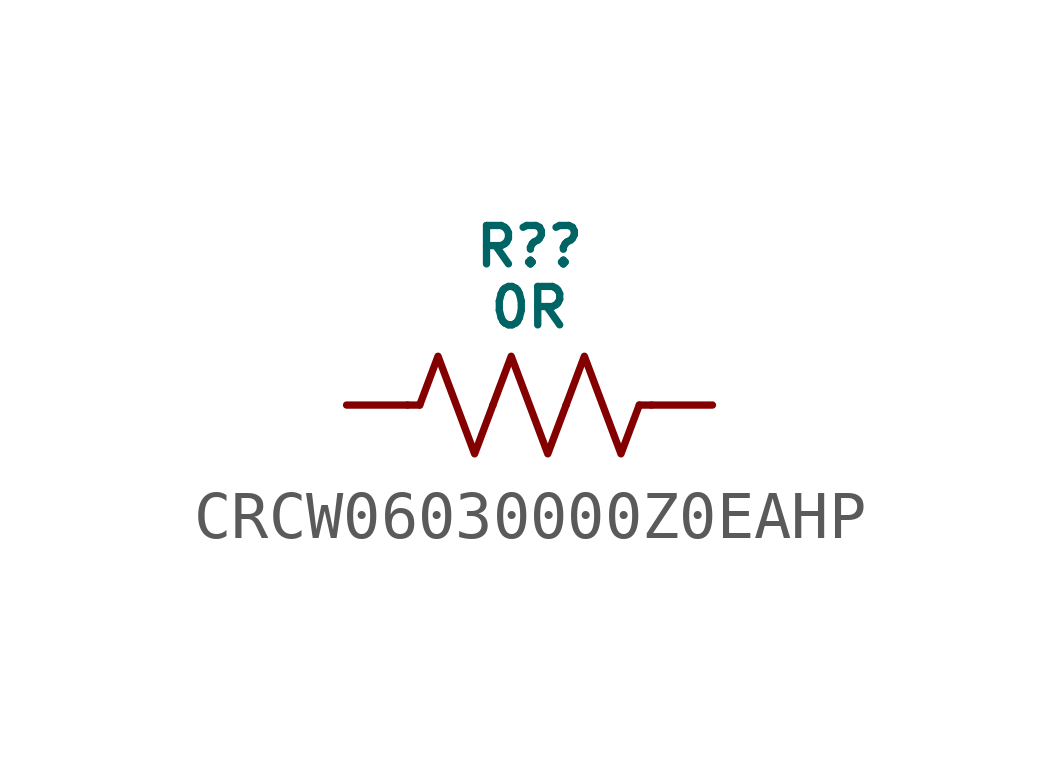
<source format=kicad_sym>
(kicad_symbol_lib
  (version 20231120)
  (generator "kicad_symbol_editor")
  (generator_version "8.0")
  (symbol "CRCW06030000Z0EAHP"
    (pin_numbers hide)
    (pin_names hide)
    (property "Reference" "R?"
      (at 0 3.302 0)
      (do_not_autoplace)
      (effects (font (size 0.8 0.8))))
    (property "Value" "0R"
      (at 0 2.032 0)
      (do_not_autoplace)
      (effects (font (size 0.8 0.8))))
    (symbol "CRCW06030000Z0EAHP_0_1"
      (polyline (pts (xy -2.286 0) (xy -2.54 0)) (stroke (width 0) (type default)) (fill (type none)))
      (polyline (pts (xy 2.286 0) (xy 2.54 0)) (stroke (width 0) (type default)) (fill (type none)))
      (polyline (pts (xy -2.286 0) (xy -1.905 1.016) (xy -1.524 0) (xy -1.143 -1.016) (xy -0.762 0)) (stroke (width 0) (type default)) (fill (type none)))
      (polyline (pts (xy -0.762 0) (xy -0.381 1.016) (xy 0 0) (xy 0.381 -1.016) (xy 0.762 0)) (stroke (width 0) (type default)) (fill (type none)))
      (polyline (pts (xy 0.762 0) (xy 1.143 1.016) (xy 1.524 0) (xy 1.905 -1.016) (xy 2.286 0)) (stroke (width 0) (type default)) (fill (type none))))
    (symbol "CRCW06030000Z0EAHP_1_0"
      (pin passive line (at -3.81 0 0) (length 1.27) (name "" (effects (font (size 0.8 0.8)))) (number "1" (effects (font (size 0.8 0.8)))))
      (pin passive line (at 3.81 0 180) (length 1.27) (name "" (effects (font (size 0.8 0.8)))) (number "2" (effects (font (size 0.8 0.8))))))))
</source>
